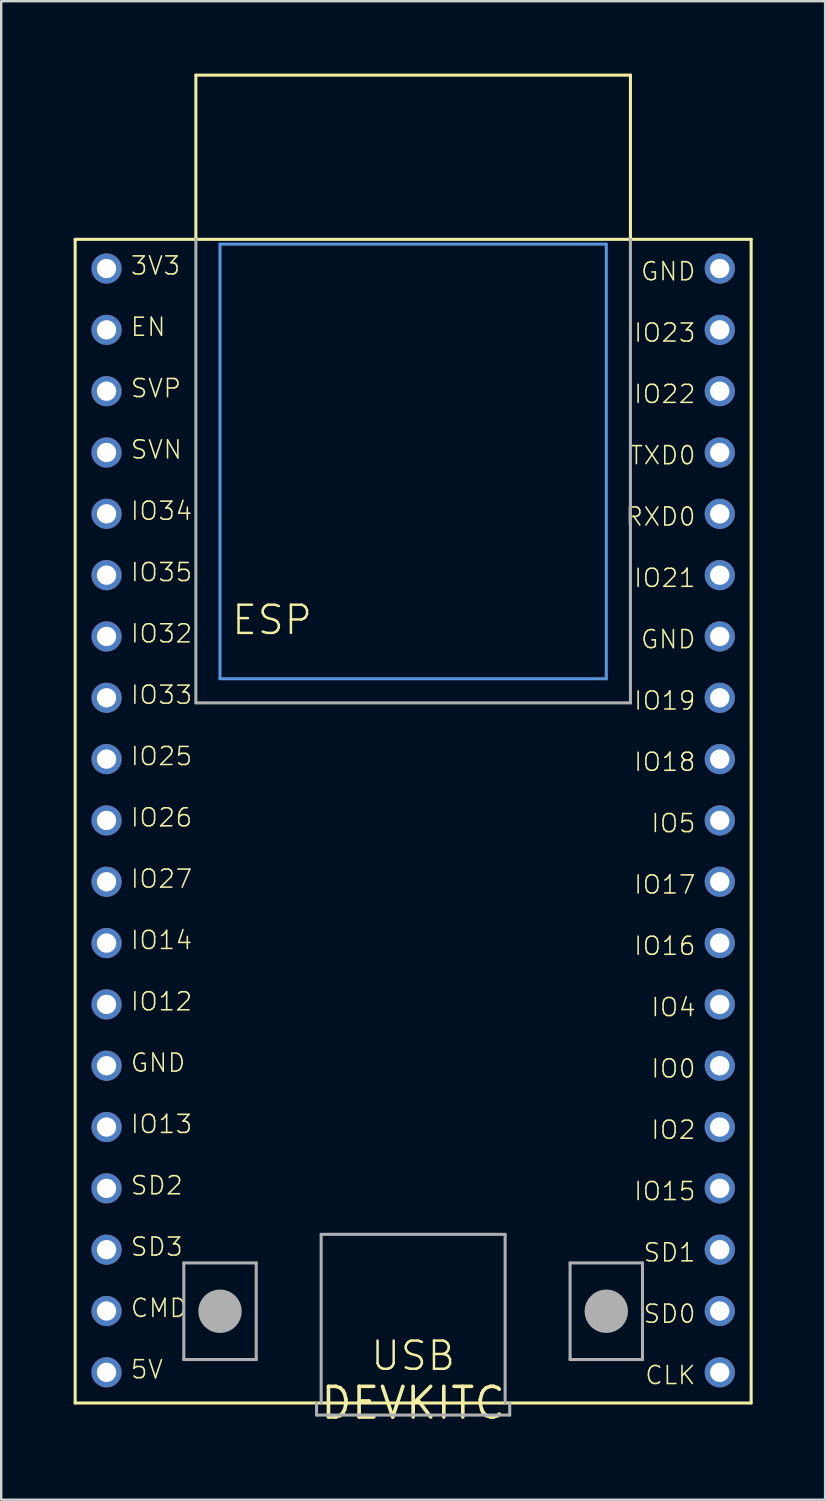
<source format=kicad_pcb>
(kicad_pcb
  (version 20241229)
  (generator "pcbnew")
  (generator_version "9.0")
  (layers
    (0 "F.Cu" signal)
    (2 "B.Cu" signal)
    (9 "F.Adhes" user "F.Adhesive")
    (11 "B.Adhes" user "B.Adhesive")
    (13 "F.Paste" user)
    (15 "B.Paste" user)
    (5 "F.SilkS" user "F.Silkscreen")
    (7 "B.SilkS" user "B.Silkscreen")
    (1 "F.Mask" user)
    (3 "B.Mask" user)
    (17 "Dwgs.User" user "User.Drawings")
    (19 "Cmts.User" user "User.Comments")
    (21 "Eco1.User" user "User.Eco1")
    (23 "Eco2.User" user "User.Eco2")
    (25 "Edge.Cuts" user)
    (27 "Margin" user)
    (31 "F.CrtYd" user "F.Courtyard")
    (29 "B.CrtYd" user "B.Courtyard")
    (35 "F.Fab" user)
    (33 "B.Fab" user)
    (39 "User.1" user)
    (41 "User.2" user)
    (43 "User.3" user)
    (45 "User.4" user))
  (footprint "DEVKITC"
    (layer "F.Cu")
    (at 14.063 55.063)
    (property "Reference" "DEVKITC" (at 0 0 0) (layer "F.SilkS") (effects (font (size 1.27 1.27) (thickness 0.15))))
    (fp_line (start -14 -48.2) (end -9 -48.2) (stroke (width 0.127) (type solid)) (layer "F.SilkS"))
    (fp_line (start -14 0) (end -14 -48.2) (stroke (width 0.127) (type solid)) (layer "F.SilkS"))
    (fp_line (start -9 -55) (end 9 -55) (stroke (width 0.127) (type solid)) (layer "F.SilkS"))
    (fp_line (start -9 -48.2) (end -9 -55) (stroke (width 0.127) (type solid)) (layer "F.SilkS"))
    (fp_line (start -9 -48.2) (end 9 -48.2) (stroke (width 0.127) (type solid)) (layer "F.SilkS"))
    (fp_line (start 9 -55) (end 9 -48.2) (stroke (width 0.127) (type solid)) (layer "F.SilkS"))
    (fp_line (start 9 -48.2) (end 14 -48.2) (stroke (width 0.127) (type solid)) (layer "F.SilkS"))
    (fp_line (start 14 -48.2) (end 14 0) (stroke (width 0.127) (type solid)) (layer "F.SilkS"))
    (fp_line (start 14 0) (end -14 0) (stroke (width 0.127) (type solid)) (layer "F.SilkS"))
    (fp_line (start -8 -48) (end -8 -30) (stroke (width 0.127) (type solid)) (layer "Cmts.User"))
    (fp_line (start -8 -30) (end 8 -30) (stroke (width 0.127) (type solid)) (layer "Cmts.User"))
    (fp_line (start 8 -48) (end -8 -48) (stroke (width 0.127) (type solid)) (layer "Cmts.User"))
    (fp_line (start 8 -30) (end 8 -48) (stroke (width 0.127) (type solid)) (layer "Cmts.User"))
    (fp_line (start -9.5 -5.8) (end -9.5 -1.8) (stroke (width 0.127) (type solid)) (layer "F.Fab"))
    (fp_line (start -9.5 -1.8) (end -6.5 -1.8) (stroke (width 0.127) (type solid)) (layer "F.Fab"))
    (fp_line (start -9 -48.2) (end -9 -29) (stroke (width 0.127) (type solid)) (layer "F.Fab"))
    (fp_line (start -9 -29) (end 9 -29) (stroke (width 0.127) (type solid)) (layer "F.Fab"))
    (fp_line (start -6.5 -5.8) (end -9.5 -5.8) (stroke (width 0.127) (type solid)) (layer "F.Fab"))
    (fp_line (start -6.5 -1.8) (end -6.5 -5.8) (stroke (width 0.127) (type solid)) (layer "F.Fab"))
    (fp_line (start -4 0) (end -4 0.5) (stroke (width 0.127) (type solid)) (layer "F.Fab"))
    (fp_line (start -4 0.5) (end 4 0.5) (stroke (width 0.127) (type solid)) (layer "F.Fab"))
    (fp_line (start -3.81 -6.985) (end 3.81 -6.985) (stroke (width 0.127) (type solid)) (layer "F.Fab"))
    (fp_line (start -3.81 0) (end -3.81 -6.985) (stroke (width 0.127) (type solid)) (layer "F.Fab"))
    (fp_line (start 3.81 -6.985) (end 3.81 0) (stroke (width 0.127) (type solid)) (layer "F.Fab"))
    (fp_line (start 4 0.5) (end 4 0) (stroke (width 0.127) (type solid)) (layer "F.Fab"))
    (fp_line (start 6.5 -5.8) (end 6.5 -1.8) (stroke (width 0.127) (type solid)) (layer "F.Fab"))
    (fp_line (start 6.5 -1.8) (end 9.5 -1.8) (stroke (width 0.127) (type solid)) (layer "F.Fab"))
    (fp_line (start 9 -29) (end 9 -48.2) (stroke (width 0.127) (type solid)) (layer "F.Fab"))
    (fp_line (start 9.5 -5.8) (end 6.5 -5.8) (stroke (width 0.127) (type solid)) (layer "F.Fab"))
    (fp_line (start 9.5 -1.8) (end 9.5 -5.8) (stroke (width 0.127) (type solid)) (layer "F.Fab"))
    (fp_circle (center -8 -3.8) (end -7.55 -3.8) (stroke (width 0.9) (type solid)) (fill no) (layer "F.Fab"))
    (fp_circle (center 8 -3.8) (end 8.45 -3.8) (stroke (width 0.9) (type solid)) (fill no) (layer "F.Fab"))
    (fp_text user "GND" (at -11.748 -13.652 0) (layer "F.SilkS") (effects (font (size 0.748 0.748) (thickness 0.065)) (justify left bottom)))
    (fp_text user "SD0" (at 11.748 -4.128 0) (layer "F.SilkS") (effects (font (size 0.748 0.748) (thickness 0.065)) (justify right top)))
    (fp_text user "TXD0" (at 11.748 -39.688 0) (layer "F.SilkS") (effects (font (size 0.748 0.748) (thickness 0.065)) (justify right top)))
    (fp_text user "IO17" (at 11.748 -21.907 0) (layer "F.SilkS") (effects (font (size 0.748 0.748) (thickness 0.065)) (justify right top)))
    (fp_text user "IO25" (at -11.748 -26.352 0) (layer "F.SilkS") (effects (font (size 0.748 0.748) (thickness 0.065)) (justify left bottom)))
    (fp_text user "IO13" (at -11.748 -11.113 0) (layer "F.SilkS") (effects (font (size 0.748 0.748) (thickness 0.065)) (justify left bottom)))
    (fp_text user "IO35" (at -11.748 -33.972 0) (layer "F.SilkS") (effects (font (size 0.748 0.748) (thickness 0.065)) (justify left bottom)))
    (fp_text user "IO27" (at -11.748 -21.273 0) (layer "F.SilkS") (effects (font (size 0.748 0.748) (thickness 0.065)) (justify left bottom)))
    (fp_text user "USB" (at 0 -1.27 0) (layer "F.SilkS") (effects (font (size 1.168 1.168) (thickness 0.102)) (justify bottom)))
    (fp_text user "CMD" (at -11.748 -3.493 0) (layer "F.SilkS") (effects (font (size 0.748 0.748) (thickness 0.065)) (justify left bottom)))
    (fp_text user "IO26" (at -11.748 -23.812 0) (layer "F.SilkS") (effects (font (size 0.748 0.748) (thickness 0.065)) (justify left bottom)))
    (fp_text user "IO21" (at 11.748 -34.608 0) (layer "F.SilkS") (effects (font (size 0.748 0.748) (thickness 0.065)) (justify right top)))
    (fp_text user "SD3" (at -11.748 -6.032 0) (layer "F.SilkS") (effects (font (size 0.748 0.748) (thickness 0.065)) (justify left bottom)))
    (fp_text user "IO19" (at 11.748 -29.527 0) (layer "F.SilkS") (effects (font (size 0.748 0.748) (thickness 0.065)) (justify right top)))
    (fp_text user "SVP" (at -11.748 -41.593 0) (layer "F.SilkS") (effects (font (size 0.748 0.748) (thickness 0.065)) (justify left bottom)))
    (fp_text user "SVN" (at -11.748 -39.053 0) (layer "F.SilkS") (effects (font (size 0.748 0.748) (thickness 0.065)) (justify left bottom)))
    (fp_text user "IO14" (at -11.748 -18.733 0) (layer "F.SilkS") (effects (font (size 0.748 0.748) (thickness 0.065)) (justify left bottom)))
    (fp_text user "IO23" (at 11.748 -44.767 0) (layer "F.SilkS") (effects (font (size 0.748 0.748) (thickness 0.065)) (justify right top)))
    (fp_text user "EN" (at -11.748 -44.133 0) (layer "F.SilkS") (effects (font (size 0.748 0.748) (thickness 0.065)) (justify left bottom)))
    (fp_text user "5V" (at -11.748 -0.953 0) (layer "F.SilkS") (effects (font (size 0.748 0.748) (thickness 0.065)) (justify left bottom)))
    (fp_text user "IO34" (at -11.748 -36.513 0) (layer "F.SilkS") (effects (font (size 0.748 0.748) (thickness 0.065)) (justify left bottom)))
    (fp_text user "CLK" (at 11.748 -1.587 0) (layer "F.SilkS") (effects (font (size 0.748 0.748) (thickness 0.065)) (justify right top)))
    (fp_text user "IO2" (at 11.748 -11.748 0) (layer "F.SilkS") (effects (font (size 0.748 0.748) (thickness 0.065)) (justify right top)))
    (fp_text user "IO16" (at 11.748 -19.367 0) (layer "F.SilkS") (effects (font (size 0.748 0.748) (thickness 0.065)) (justify right top)))
    (fp_text user "IO5" (at 11.748 -24.448 0) (layer "F.SilkS") (effects (font (size 0.748 0.748) (thickness 0.065)) (justify right top)))
    (fp_text user "IO33" (at -11.748 -28.892 0) (layer "F.SilkS") (effects (font (size 0.748 0.748) (thickness 0.065)) (justify left bottom)))
    (fp_text user "3V3" (at -11.748 -46.672 0) (layer "F.SilkS") (effects (font (size 0.748 0.748) (thickness 0.065)) (justify left bottom)))
    (fp_text user "SD1" (at 11.748 -6.668 0) (layer "F.SilkS") (effects (font (size 0.748 0.748) (thickness 0.065)) (justify right top)))
    (fp_text user "IO18" (at 11.748 -26.988 0) (layer "F.SilkS") (effects (font (size 0.748 0.748) (thickness 0.065)) (justify right top)))
    (fp_text user "IO22" (at 11.748 -42.227 0) (layer "F.SilkS") (effects (font (size 0.748 0.748) (thickness 0.065)) (justify right top)))
    (fp_text user "IO0" (at 11.748 -14.287 0) (layer "F.SilkS") (effects (font (size 0.748 0.748) (thickness 0.065)) (justify right top)))
    (fp_text user "IO32" (at -11.748 -31.433 0) (layer "F.SilkS") (effects (font (size 0.748 0.748) (thickness 0.065)) (justify left bottom)))
    (fp_text user "IO12" (at -11.748 -16.192 0) (layer "F.SilkS") (effects (font (size 0.748 0.748) (thickness 0.065)) (justify left bottom)))
    (fp_text user "IO15" (at 11.748 -9.207 0) (layer "F.SilkS") (effects (font (size 0.748 0.748) (thickness 0.065)) (justify right top)))
    (fp_text user "ESP" (at -5.842 -31.75 0) (layer "F.SilkS") (effects (font (size 1.168 1.168) (thickness 0.102)) (justify bottom)))
    (fp_text user "IO4" (at 11.748 -16.828 0) (layer "F.SilkS") (effects (font (size 0.748 0.748) (thickness 0.065)) (justify right top)))
    (fp_text user "SD2" (at -11.748 -8.572 0) (layer "F.SilkS") (effects (font (size 0.748 0.748) (thickness 0.065)) (justify left bottom)))
    (fp_text user "GND" (at 11.748 -47.307 0) (layer "F.SilkS") (effects (font (size 0.748 0.748) (thickness 0.065)) (justify right top)))
    (fp_text user "GND" (at 11.748 -32.068 0) (layer "F.SilkS") (effects (font (size 0.748 0.748) (thickness 0.065)) (justify right top)))
    (fp_text user "RXD0" (at 11.748 -37.148 0) (layer "F.SilkS") (effects (font (size 0.748 0.748) (thickness 0.065)) (justify right top)))
    (pad "1" thru_hole circle (at -12.7 -46.99) (size 1.248 1.248) (drill 0.8) (layers "*.Cu" "*.Mask"))
    (pad "2" thru_hole circle (at -12.7 -44.45) (size 1.248 1.248) (drill 0.8) (layers "*.Cu" "*.Mask"))
    (pad "3" thru_hole circle (at -12.7 -41.91) (size 1.248 1.248) (drill 0.8) (layers "*.Cu" "*.Mask"))
    (pad "4" thru_hole circle (at -12.7 -39.37) (size 1.248 1.248) (drill 0.8) (layers "*.Cu" "*.Mask"))
    (pad "5" thru_hole circle (at -12.7 -36.83) (size 1.248 1.248) (drill 0.8) (layers "*.Cu" "*.Mask"))
    (pad "6" thru_hole circle (at -12.7 -34.29) (size 1.248 1.248) (drill 0.8) (layers "*.Cu" "*.Mask"))
    (pad "7" thru_hole circle (at -12.7 -31.75) (size 1.248 1.248) (drill 0.8) (layers "*.Cu" "*.Mask"))
    (pad "8" thru_hole circle (at -12.7 -29.21) (size 1.248 1.248) (drill 0.8) (layers "*.Cu" "*.Mask"))
    (pad "9" thru_hole circle (at -12.7 -26.67) (size 1.248 1.248) (drill 0.8) (layers "*.Cu" "*.Mask"))
    (pad "10" thru_hole circle (at -12.7 -24.13) (size 1.248 1.248) (drill 0.8) (layers "*.Cu" "*.Mask"))
    (pad "11" thru_hole circle (at -12.7 -21.59) (size 1.248 1.248) (drill 0.8) (layers "*.Cu" "*.Mask"))
    (pad "12" thru_hole circle (at -12.7 -19.05) (size 1.248 1.248) (drill 0.8) (layers "*.Cu" "*.Mask"))
    (pad "13" thru_hole circle (at -12.7 -16.51) (size 1.248 1.248) (drill 0.8) (layers "*.Cu" "*.Mask"))
    (pad "14" thru_hole circle (at -12.7 -13.97) (size 1.248 1.248) (drill 0.8) (layers "*.Cu" "*.Mask"))
    (pad "15" thru_hole circle (at -12.7 -11.43) (size 1.248 1.248) (drill 0.8) (layers "*.Cu" "*.Mask"))
    (pad "16" thru_hole circle (at -12.7 -8.89) (size 1.248 1.248) (drill 0.8) (layers "*.Cu" "*.Mask"))
    (pad "17" thru_hole circle (at -12.7 -6.35) (size 1.248 1.248) (drill 0.8) (layers "*.Cu" "*.Mask"))
    (pad "18" thru_hole circle (at -12.7 -3.81) (size 1.248 1.248) (drill 0.8) (layers "*.Cu" "*.Mask"))
    (pad "19" thru_hole circle (at -12.7 -1.27) (size 1.248 1.248) (drill 0.8) (layers "*.Cu" "*.Mask"))
    (pad "20" thru_hole circle (at 12.7 -1.27) (size 1.248 1.248) (drill 0.8) (layers "*.Cu" "*.Mask"))
    (pad "21" thru_hole circle (at 12.7 -3.81) (size 1.248 1.248) (drill 0.8) (layers "*.Cu" "*.Mask"))
    (pad "22" thru_hole circle (at 12.7 -6.35) (size 1.248 1.248) (drill 0.8) (layers "*.Cu" "*.Mask"))
    (pad "23" thru_hole circle (at 12.7 -8.89) (size 1.248 1.248) (drill 0.8) (layers "*.Cu" "*.Mask"))
    (pad "24" thru_hole circle (at 12.7 -11.43) (size 1.248 1.248) (drill 0.8) (layers "*.Cu" "*.Mask"))
    (pad "25" thru_hole circle (at 12.7 -13.97) (size 1.248 1.248) (drill 0.8) (layers "*.Cu" "*.Mask"))
    (pad "26" thru_hole circle (at 12.7 -16.51) (size 1.248 1.248) (drill 0.8) (layers "*.Cu" "*.Mask"))
    (pad "27" thru_hole circle (at 12.7 -19.05) (size 1.248 1.248) (drill 0.8) (layers "*.Cu" "*.Mask"))
    (pad "28" thru_hole circle (at 12.7 -21.59) (size 1.248 1.248) (drill 0.8) (layers "*.Cu" "*.Mask"))
    (pad "29" thru_hole circle (at 12.7 -24.13) (size 1.248 1.248) (drill 0.8) (layers "*.Cu" "*.Mask"))
    (pad "30" thru_hole circle (at 12.7 -26.67) (size 1.248 1.248) (drill 0.8) (layers "*.Cu" "*.Mask"))
    (pad "31" thru_hole circle (at 12.7 -29.21) (size 1.248 1.248) (drill 0.8) (layers "*.Cu" "*.Mask"))
    (pad "32" thru_hole circle (at 12.7 -31.75) (size 1.248 1.248) (drill 0.8) (layers "*.Cu" "*.Mask"))
    (pad "33" thru_hole circle (at 12.7 -34.29) (size 1.248 1.248) (drill 0.8) (layers "*.Cu" "*.Mask"))
    (pad "34" thru_hole circle (at 12.7 -36.83) (size 1.248 1.248) (drill 0.8) (layers "*.Cu" "*.Mask"))
    (pad "35" thru_hole circle (at 12.7 -39.37) (size 1.248 1.248) (drill 0.8) (layers "*.Cu" "*.Mask"))
    (pad "36" thru_hole circle (at 12.7 -41.91) (size 1.248 1.248) (drill 0.8) (layers "*.Cu" "*.Mask"))
    (pad "37" thru_hole circle (at 12.7 -44.45) (size 1.248 1.248) (drill 0.8) (layers "*.Cu" "*.Mask"))
    (pad "38" thru_hole circle (at 12.7 -46.99) (size 1.248 1.248) (drill 0.8) (layers "*.Cu" "*.Mask")))
  (gr_rect
    (start -3 -3)
    (end 31.127 59.07)
    (stroke (width 0.1) (type default))
    (fill no)
    (layer "Edge.Cuts")))
</source>
